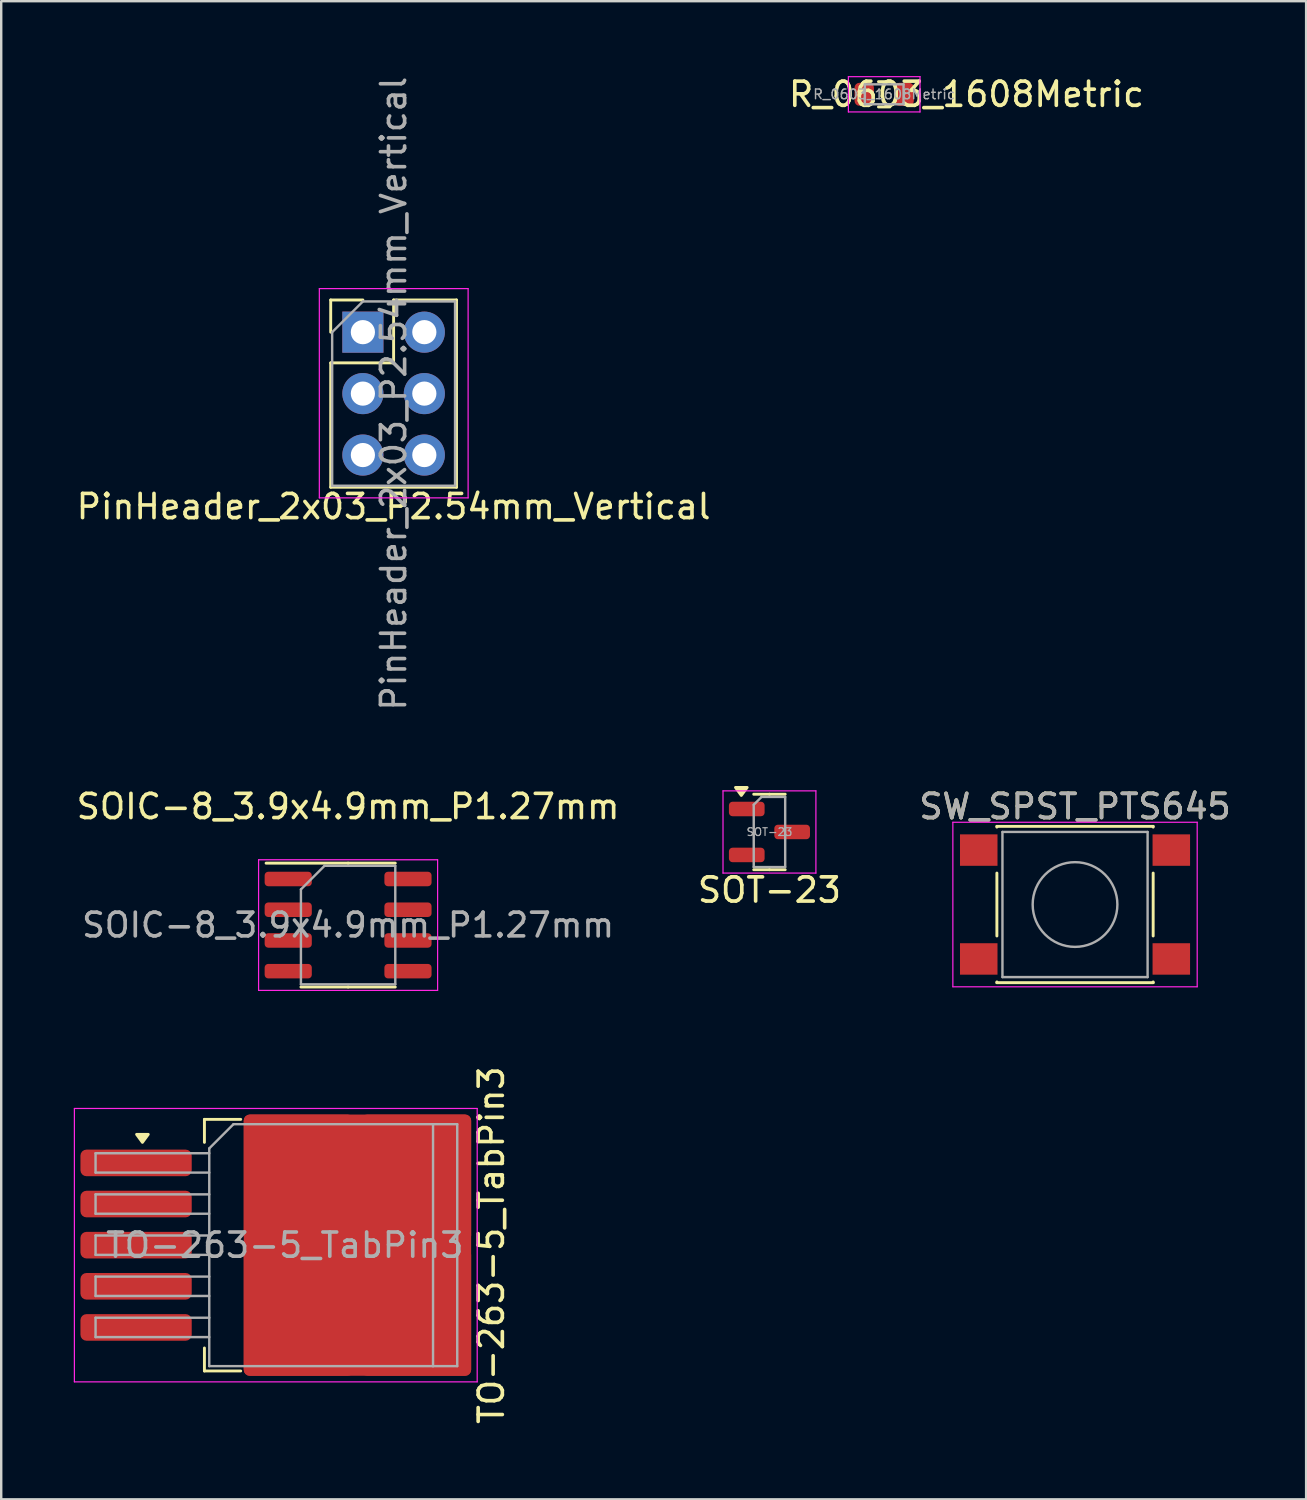
<source format=kicad_pcb>
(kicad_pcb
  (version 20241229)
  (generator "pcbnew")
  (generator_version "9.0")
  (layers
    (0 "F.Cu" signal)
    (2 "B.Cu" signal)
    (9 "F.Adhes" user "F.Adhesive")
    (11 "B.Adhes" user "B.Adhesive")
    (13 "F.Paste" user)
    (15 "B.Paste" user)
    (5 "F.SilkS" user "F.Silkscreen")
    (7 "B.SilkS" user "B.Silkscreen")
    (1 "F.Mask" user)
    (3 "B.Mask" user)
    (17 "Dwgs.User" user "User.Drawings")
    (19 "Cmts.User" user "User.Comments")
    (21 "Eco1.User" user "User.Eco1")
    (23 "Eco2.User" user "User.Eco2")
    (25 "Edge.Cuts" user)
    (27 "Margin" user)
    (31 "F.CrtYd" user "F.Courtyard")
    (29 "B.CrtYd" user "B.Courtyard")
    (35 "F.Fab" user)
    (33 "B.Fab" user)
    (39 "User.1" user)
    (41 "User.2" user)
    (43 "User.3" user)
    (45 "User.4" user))
  (footprint "R_0603_1608Metric"
    (layer "F.Cu")
    (at 33.499 0.848)
    (property "Reference" "R_0603_1608Metric" (at 3.4 0 0) (layer "F.SilkS") (effects (font (size 1 1) (thickness 0.15))))
    (attr smd)
    (fp_line (start 0.237 -0.522) (end -0.237 -0.522) (stroke (width 0.12) (type solid)) (layer "F.SilkS"))
    (fp_line (start 0.237 0.522) (end -0.237 0.522) (stroke (width 0.12) (type solid)) (layer "F.SilkS"))
    (fp_line (start -1.48 -0.73) (end -1.48 0.73) (stroke (width 0.05) (type solid)) (layer "F.CrtYd"))
    (fp_line (start -1.48 0.73) (end 1.48 0.73) (stroke (width 0.05) (type solid)) (layer "F.CrtYd"))
    (fp_line (start 1.48 -0.73) (end -1.48 -0.73) (stroke (width 0.05) (type solid)) (layer "F.CrtYd"))
    (fp_line (start 1.48 0.73) (end 1.48 -0.73) (stroke (width 0.05) (type solid)) (layer "F.CrtYd"))
    (fp_line (start -0.8 -0.412) (end -0.8 0.412) (stroke (width 0.1) (type solid)) (layer "F.Fab"))
    (fp_line (start -0.8 0.412) (end 0.8 0.412) (stroke (width 0.1) (type solid)) (layer "F.Fab"))
    (fp_line (start 0.8 -0.412) (end -0.8 -0.412) (stroke (width 0.1) (type solid)) (layer "F.Fab"))
    (fp_line (start 0.8 0.412) (end 0.8 -0.412) (stroke (width 0.1) (type solid)) (layer "F.Fab"))
    (fp_text user "${REFERENCE}" (at 0 0 0) (layer "F.Fab") (effects (font (size 0.4 0.4) (thickness 0.06))))
    (pad "1" smd roundrect (at -0.825 0) (size 0.8 0.95) (layers "F.Cu" "F.Mask" "F.Paste") (roundrect_rratio 0.25))
    (pad "2" smd roundrect (at 0.825 0) (size 0.8 0.95) (layers "F.Cu" "F.Mask" "F.Paste") (roundrect_rratio 0.25)))
  (footprint "SOT-23"
    (layer "F.Cu")
    (at 28.756 31.34)
    (property "Reference" "SOT-23" (at 0 2.4 180) (layer "F.SilkS") (effects (font (size 1 1) (thickness 0.15))))
    (attr smd)
    (fp_line (start -0.65 -1.56) (end 0 -1.56) (stroke (width 0.12) (type solid)) (layer "F.SilkS"))
    (fp_line (start -0.65 1.56) (end 0 1.56) (stroke (width 0.12) (type solid)) (layer "F.SilkS"))
    (fp_line (start 0.65 -1.56) (end 0 -1.56) (stroke (width 0.12) (type solid)) (layer "F.SilkS"))
    (fp_line (start 0.65 1.56) (end 0 1.56) (stroke (width 0.12) (type solid)) (layer "F.SilkS"))
    (fp_poly (pts (xy -1.163 -1.51) (xy -1.403 -1.84) (xy -0.922 -1.84) (xy -1.163 -1.51)) (stroke (width 0.12) (type solid)) (fill yes) (layer "F.SilkS"))
    (fp_line (start -1.92 -1.7) (end 1.92 -1.7) (stroke (width 0.05) (type solid)) (layer "F.CrtYd"))
    (fp_line (start -1.92 1.7) (end -1.92 -1.7) (stroke (width 0.05) (type solid)) (layer "F.CrtYd"))
    (fp_line (start 1.92 -1.7) (end 1.92 1.7) (stroke (width 0.05) (type solid)) (layer "F.CrtYd"))
    (fp_line (start 1.92 1.7) (end -1.92 1.7) (stroke (width 0.05) (type solid)) (layer "F.CrtYd"))
    (fp_line (start -0.65 -1.125) (end -0.65 1.45) (stroke (width 0.1) (type solid)) (layer "F.Fab"))
    (fp_line (start -0.65 1.45) (end 0.65 1.45) (stroke (width 0.1) (type solid)) (layer "F.Fab"))
    (fp_line (start -0.325 -1.45) (end -0.65 -1.125) (stroke (width 0.1) (type solid)) (layer "F.Fab"))
    (fp_line (start 0.65 -1.45) (end -0.325 -1.45) (stroke (width 0.1) (type solid)) (layer "F.Fab"))
    (fp_line (start 0.65 1.45) (end 0.65 -1.45) (stroke (width 0.1) (type solid)) (layer "F.Fab"))
    (fp_text user "${REFERENCE}" (at 0 0 180) (layer "F.Fab") (effects (font (size 0.32 0.32) (thickness 0.05))))
    (pad "1" smd roundrect (at -0.938 -0.95) (size 1.475 0.6) (layers "F.Cu" "F.Mask" "F.Paste") (roundrect_rratio 0.25))
    (pad "2" smd roundrect (at -0.938 0.95) (size 1.475 0.6) (layers "F.Cu" "F.Mask" "F.Paste") (roundrect_rratio 0.25))
    (pad "3" smd roundrect (at 0.938 0) (size 1.475 0.6) (layers "F.Cu" "F.Mask" "F.Paste") (roundrect_rratio 0.25)))
  (footprint "SOIC-8_3.9x4.9mm_P1.27mm"
    (layer "F.Cu")
    (at 11.339 35.189)
    (property "Reference" "SOIC-8_3.9x4.9mm_P1.27mm" (at 0 -4.9 180) (layer "F.SilkS") (effects (font (size 1 1) (thickness 0.15))))
    (attr smd)
    (fp_line (start -3.39 -2.56) (end 0 -2.56) (stroke (width 0.12) (type solid)) (layer "F.SilkS"))
    (fp_line (start -1.95 2.56) (end 0 2.56) (stroke (width 0.12) (type solid)) (layer "F.SilkS"))
    (fp_line (start 1.95 -2.56) (end 0 -2.56) (stroke (width 0.12) (type solid)) (layer "F.SilkS"))
    (fp_line (start 1.95 2.56) (end 0 2.56) (stroke (width 0.12) (type solid)) (layer "F.SilkS"))
    (fp_line (start -3.7 -2.7) (end 3.7 -2.7) (stroke (width 0.05) (type solid)) (layer "F.CrtYd"))
    (fp_line (start -3.7 2.7) (end -3.7 -2.7) (stroke (width 0.05) (type solid)) (layer "F.CrtYd"))
    (fp_line (start 3.7 -2.7) (end 3.7 2.7) (stroke (width 0.05) (type solid)) (layer "F.CrtYd"))
    (fp_line (start 3.7 2.7) (end -3.7 2.7) (stroke (width 0.05) (type solid)) (layer "F.CrtYd"))
    (fp_line (start -1.95 -1.475) (end -1.95 2.45) (stroke (width 0.1) (type solid)) (layer "F.Fab"))
    (fp_line (start -1.95 2.45) (end 1.95 2.45) (stroke (width 0.1) (type solid)) (layer "F.Fab"))
    (fp_line (start -0.975 -2.45) (end -1.95 -1.475) (stroke (width 0.1) (type solid)) (layer "F.Fab"))
    (fp_line (start 1.95 -2.45) (end -0.975 -2.45) (stroke (width 0.1) (type solid)) (layer "F.Fab"))
    (fp_line (start 1.95 2.45) (end 1.95 -2.45) (stroke (width 0.1) (type solid)) (layer "F.Fab"))
    (fp_text user "${REFERENCE}" (at 0 0 180) (layer "F.Fab") (effects (font (size 0.98 0.98) (thickness 0.15))))
    (pad "1" smd roundrect (at -2.475 -1.905) (size 1.95 0.6) (layers "F.Cu" "F.Mask" "F.Paste") (roundrect_rratio 0.25))
    (pad "2" smd roundrect (at -2.475 -0.635) (size 1.95 0.6) (layers "F.Cu" "F.Mask" "F.Paste") (roundrect_rratio 0.25))
    (pad "3" smd roundrect (at -2.475 0.635) (size 1.95 0.6) (layers "F.Cu" "F.Mask" "F.Paste") (roundrect_rratio 0.25))
    (pad "4" smd roundrect (at -2.475 1.905) (size 1.95 0.6) (layers "F.Cu" "F.Mask" "F.Paste") (roundrect_rratio 0.25))
    (pad "5" smd roundrect (at 2.475 1.905) (size 1.95 0.6) (layers "F.Cu" "F.Mask" "F.Paste") (roundrect_rratio 0.25))
    (pad "6" smd roundrect (at 2.475 0.635) (size 1.95 0.6) (layers "F.Cu" "F.Mask" "F.Paste") (roundrect_rratio 0.25))
    (pad "7" smd roundrect (at 2.475 -0.635) (size 1.95 0.6) (layers "F.Cu" "F.Mask" "F.Paste") (roundrect_rratio 0.25))
    (pad "8" smd roundrect (at 2.475 -1.905) (size 1.95 0.6) (layers "F.Cu" "F.Mask" "F.Paste") (roundrect_rratio 0.25)))
  (footprint "TO-263-5_TabPin3"
    (layer "F.Cu")
    (at 10.225 48.42)
    (property "Reference" "TO-263-5_TabPin3" (at 7.035 0 90) (layer "F.SilkS") (effects (font (size 1 1) (thickness 0.15))))
    (attr smd)
    (fp_line (start -4.825 -5.2) (end -4.825 -4.25) (stroke (width 0.12) (type solid)) (layer "F.SilkS"))
    (fp_line (start -4.825 5.2) (end -4.825 4.25) (stroke (width 0.12) (type solid)) (layer "F.SilkS"))
    (fp_line (start -3.325 -5.2) (end -4.825 -5.2) (stroke (width 0.12) (type solid)) (layer "F.SilkS"))
    (fp_line (start -3.325 5.2) (end -4.825 5.2) (stroke (width 0.12) (type solid)) (layer "F.SilkS"))
    (fp_poly (pts (xy -7.388 -4.25) (xy -7.628 -4.58) (xy -7.147 -4.58) (xy -7.388 -4.25)) (stroke (width 0.12) (type solid)) (fill yes) (layer "F.SilkS"))
    (fp_line (start -10.2 -5.65) (end -10.2 5.65) (stroke (width 0.05) (type solid)) (layer "F.CrtYd"))
    (fp_line (start -10.2 5.65) (end 6.45 5.65) (stroke (width 0.05) (type solid)) (layer "F.CrtYd"))
    (fp_line (start 6.45 -5.65) (end -10.2 -5.65) (stroke (width 0.05) (type solid)) (layer "F.CrtYd"))
    (fp_line (start 6.45 5.65) (end 6.45 -5.65) (stroke (width 0.05) (type solid)) (layer "F.CrtYd"))
    (fp_line (start -9.325 -3.8) (end -9.325 -3) (stroke (width 0.1) (type solid)) (layer "F.Fab"))
    (fp_line (start -9.325 -3) (end -4.625 -3) (stroke (width 0.1) (type solid)) (layer "F.Fab"))
    (fp_line (start -9.325 -2.1) (end -9.325 -1.3) (stroke (width 0.1) (type solid)) (layer "F.Fab"))
    (fp_line (start -9.325 -1.3) (end -4.625 -1.3) (stroke (width 0.1) (type solid)) (layer "F.Fab"))
    (fp_line (start -9.325 -0.4) (end -9.325 0.4) (stroke (width 0.1) (type solid)) (layer "F.Fab"))
    (fp_line (start -9.325 0.4) (end -4.625 0.4) (stroke (width 0.1) (type solid)) (layer "F.Fab"))
    (fp_line (start -9.325 1.3) (end -9.325 2.1) (stroke (width 0.1) (type solid)) (layer "F.Fab"))
    (fp_line (start -9.325 2.1) (end -4.625 2.1) (stroke (width 0.1) (type solid)) (layer "F.Fab"))
    (fp_line (start -9.325 3) (end -9.325 3.8) (stroke (width 0.1) (type solid)) (layer "F.Fab"))
    (fp_line (start -9.325 3.8) (end -4.625 3.8) (stroke (width 0.1) (type solid)) (layer "F.Fab"))
    (fp_line (start -4.625 -4) (end -3.625 -5) (stroke (width 0.1) (type solid)) (layer "F.Fab"))
    (fp_line (start -4.625 -3.8) (end -9.325 -3.8) (stroke (width 0.1) (type solid)) (layer "F.Fab"))
    (fp_line (start -4.625 -2.1) (end -9.325 -2.1) (stroke (width 0.1) (type solid)) (layer "F.Fab"))
    (fp_line (start -4.625 -0.4) (end -9.325 -0.4) (stroke (width 0.1) (type solid)) (layer "F.Fab"))
    (fp_line (start -4.625 1.3) (end -9.325 1.3) (stroke (width 0.1) (type solid)) (layer "F.Fab"))
    (fp_line (start -4.625 3) (end -9.325 3) (stroke (width 0.1) (type solid)) (layer "F.Fab"))
    (fp_line (start -4.625 5) (end -4.625 -4) (stroke (width 0.1) (type solid)) (layer "F.Fab"))
    (fp_line (start -3.625 -5) (end 4.625 -5) (stroke (width 0.1) (type solid)) (layer "F.Fab"))
    (fp_line (start 4.625 -5) (end 4.625 5) (stroke (width 0.1) (type solid)) (layer "F.Fab"))
    (fp_line (start 4.625 -5) (end 5.625 -5) (stroke (width 0.1) (type solid)) (layer "F.Fab"))
    (fp_line (start 4.625 5) (end -4.625 5) (stroke (width 0.1) (type solid)) (layer "F.Fab"))
    (fp_line (start 5.625 -5) (end 5.625 5) (stroke (width 0.1) (type solid)) (layer "F.Fab"))
    (fp_line (start 5.625 5) (end 4.625 5) (stroke (width 0.1) (type solid)) (layer "F.Fab"))
    (fp_text user "${REFERENCE}" (at -1.5 0 0) (layer "F.Fab") (effects (font (size 1 1) (thickness 0.15))))
    (pad "1" smd roundrect (at -7.65 -3.4) (size 4.6 1.1) (layers "F.Cu" "F.Mask" "F.Paste") (roundrect_rratio 0.227))
    (pad "2" smd roundrect (at -7.65 -1.7) (size 4.6 1.1) (layers "F.Cu" "F.Mask" "F.Paste") (roundrect_rratio 0.227))
    (pad "3" smd roundrect (at -7.65 0) (size 4.6 1.1) (layers "F.Cu" "F.Mask" "F.Paste") (roundrect_rratio 0.227))
    (pad "3" smd roundrect (at -0.925 -2.775) (size 4.55 5.25) (layers "F.Cu" "F.Paste") (roundrect_rratio 0.055))
    (pad "3" smd roundrect (at -0.925 2.775) (size 4.55 5.25) (layers "F.Cu" "F.Paste") (roundrect_rratio 0.055))
    (pad "3" smd roundrect (at 1.5 0) (size 9.4 10.8) (layers "F.Cu" "F.Mask") (roundrect_rratio 0.027))
    (pad "3" smd roundrect (at 3.925 -2.775) (size 4.55 5.25) (layers "F.Cu" "F.Paste") (roundrect_rratio 0.055))
    (pad "3" smd roundrect (at 3.925 2.775) (size 4.55 5.25) (layers "F.Cu" "F.Paste") (roundrect_rratio 0.055))
    (pad "4" smd roundrect (at -7.65 1.7) (size 4.6 1.1) (layers "F.Cu" "F.Mask" "F.Paste") (roundrect_rratio 0.227))
    (pad "5" smd roundrect (at -7.65 3.4) (size 4.6 1.1) (layers "F.Cu" "F.Mask" "F.Paste") (roundrect_rratio 0.227)))
  (footprint "SW_SPST_PTS645"
    (layer "F.Cu")
    (at 41.387 34.339)
    (property "Reference" "SW_SPST_PTS645" (at 0 -4.05 0) (layer "F.SilkS") (effects (font (size 1 1) (thickness 0.15))))
    (attr smd)
    (fp_line (start -3.23 -3.23) (end 3.23 -3.23) (stroke (width 0.12) (type solid)) (layer "F.SilkS"))
    (fp_line (start -3.23 -3.2) (end -3.23 -3.23) (stroke (width 0.12) (type solid)) (layer "F.SilkS"))
    (fp_line (start -3.23 -1.3) (end -3.23 1.3) (stroke (width 0.12) (type solid)) (layer "F.SilkS"))
    (fp_line (start -3.23 3.23) (end -3.23 3.2) (stroke (width 0.12) (type solid)) (layer "F.SilkS"))
    (fp_line (start -3.23 3.23) (end 3.23 3.23) (stroke (width 0.12) (type solid)) (layer "F.SilkS"))
    (fp_line (start 3.23 -3.23) (end 3.23 -3.2) (stroke (width 0.12) (type solid)) (layer "F.SilkS"))
    (fp_line (start 3.23 -1.3) (end 3.23 1.3) (stroke (width 0.12) (type solid)) (layer "F.SilkS"))
    (fp_line (start 3.23 3.23) (end 3.23 3.2) (stroke (width 0.12) (type solid)) (layer "F.SilkS"))
    (fp_line (start -5.05 -3.4) (end -5.05 3.4) (stroke (width 0.05) (type solid)) (layer "F.CrtYd"))
    (fp_line (start -5.05 -3.4) (end 5.05 -3.4) (stroke (width 0.05) (type solid)) (layer "F.CrtYd"))
    (fp_line (start -5.05 3.4) (end 5.05 3.4) (stroke (width 0.05) (type solid)) (layer "F.CrtYd"))
    (fp_line (start 5.05 3.4) (end 5.05 -3.4) (stroke (width 0.05) (type solid)) (layer "F.CrtYd"))
    (fp_line (start -3 -3) (end -3 3) (stroke (width 0.1) (type solid)) (layer "F.Fab"))
    (fp_line (start -3 3) (end 3 3) (stroke (width 0.1) (type solid)) (layer "F.Fab"))
    (fp_line (start 3 -3) (end -3 -3) (stroke (width 0.1) (type solid)) (layer "F.Fab"))
    (fp_line (start 3 3) (end 3 -3) (stroke (width 0.1) (type solid)) (layer "F.Fab"))
    (fp_circle (center 0 0) (end 1.75 -0.05) (stroke (width 0.1) (type solid)) (fill no) (layer "F.Fab"))
    (fp_text user "${REFERENCE}" (at 0 -4.05 0) (layer "F.Fab") (effects (font (size 1 1) (thickness 0.15))))
    (pad "1" smd rect (at -3.98 -2.25) (size 1.55 1.3) (layers "F.Cu" "F.Mask" "F.Paste"))
    (pad "1" smd rect (at 3.98 -2.25) (size 1.55 1.3) (layers "F.Cu" "F.Mask" "F.Paste"))
    (pad "2" smd rect (at -3.98 2.25) (size 1.55 1.3) (layers "F.Cu" "F.Mask" "F.Paste"))
    (pad "2" smd rect (at 3.98 2.25) (size 1.55 1.3) (layers "F.Cu" "F.Mask" "F.Paste")))
  (footprint "PinHeader_2x03_P2.54mm_Vertical"
    (layer "F.Cu")
    (at 11.95 10.68)
    (property "Reference" "PinHeader_2x03_P2.54mm_Vertical" (at 1.27 7.21 0) (layer "F.SilkS") (effects (font (size 1 1) (thickness 0.15))))
    (attr through_hole dnp)
    (fp_line (start -1.33 -1.33) (end 0 -1.33) (stroke (width 0.12) (type solid)) (layer "F.SilkS"))
    (fp_line (start -1.33 0) (end -1.33 -1.33) (stroke (width 0.12) (type solid)) (layer "F.SilkS"))
    (fp_line (start -1.33 1.27) (end -1.33 6.41) (stroke (width 0.12) (type solid)) (layer "F.SilkS"))
    (fp_line (start -1.33 1.27) (end 1.27 1.27) (stroke (width 0.12) (type solid)) (layer "F.SilkS"))
    (fp_line (start -1.33 6.41) (end 3.87 6.41) (stroke (width 0.12) (type solid)) (layer "F.SilkS"))
    (fp_line (start 1.27 -1.33) (end 3.87 -1.33) (stroke (width 0.12) (type solid)) (layer "F.SilkS"))
    (fp_line (start 1.27 1.27) (end 1.27 -1.33) (stroke (width 0.12) (type solid)) (layer "F.SilkS"))
    (fp_line (start 3.87 -1.33) (end 3.87 6.41) (stroke (width 0.12) (type solid)) (layer "F.SilkS"))
    (fp_line (start -1.8 -1.8) (end -1.8 6.85) (stroke (width 0.05) (type solid)) (layer "F.CrtYd"))
    (fp_line (start -1.8 6.85) (end 4.35 6.85) (stroke (width 0.05) (type solid)) (layer "F.CrtYd"))
    (fp_line (start 4.35 -1.8) (end -1.8 -1.8) (stroke (width 0.05) (type solid)) (layer "F.CrtYd"))
    (fp_line (start 4.35 6.85) (end 4.35 -1.8) (stroke (width 0.05) (type solid)) (layer "F.CrtYd"))
    (fp_line (start -1.27 0) (end 0 -1.27) (stroke (width 0.1) (type solid)) (layer "F.Fab"))
    (fp_line (start -1.27 6.35) (end -1.27 0) (stroke (width 0.1) (type solid)) (layer "F.Fab"))
    (fp_line (start 0 -1.27) (end 3.81 -1.27) (stroke (width 0.1) (type solid)) (layer "F.Fab"))
    (fp_line (start 3.81 -1.27) (end 3.81 6.35) (stroke (width 0.1) (type solid)) (layer "F.Fab"))
    (fp_line (start 3.81 6.35) (end -1.27 6.35) (stroke (width 0.1) (type solid)) (layer "F.Fab"))
    (fp_text user "${REFERENCE}" (at 1.27 2.54 270) (layer "F.Fab") (effects (font (size 1 1) (thickness 0.15))))
    (pad "1" thru_hole rect (at 0 0) (size 1.7 1.7) (drill 1) (layers "*.Cu" "*.Mask"))
    (pad "2" thru_hole oval (at 2.54 0) (size 1.7 1.7) (drill 1) (layers "*.Cu" "*.Mask"))
    (pad "3" thru_hole oval (at 0 2.54) (size 1.7 1.7) (drill 1) (layers "*.Cu" "*.Mask"))
    (pad "4" thru_hole oval (at 2.54 2.54) (size 1.7 1.7) (drill 1) (layers "*.Cu" "*.Mask"))
    (pad "5" thru_hole oval (at 0 5.08) (size 1.7 1.7) (drill 1) (layers "*.Cu" "*.Mask"))
    (pad "6" thru_hole oval (at 2.54 5.08) (size 1.7 1.7) (drill 1) (layers "*.Cu" "*.Mask")))
  (gr_rect
    (start -3 -3)
    (end 50.94 58.926)
    (stroke (width 0.1) (type default))
    (fill no)
    (layer "Edge.Cuts")))
</source>
